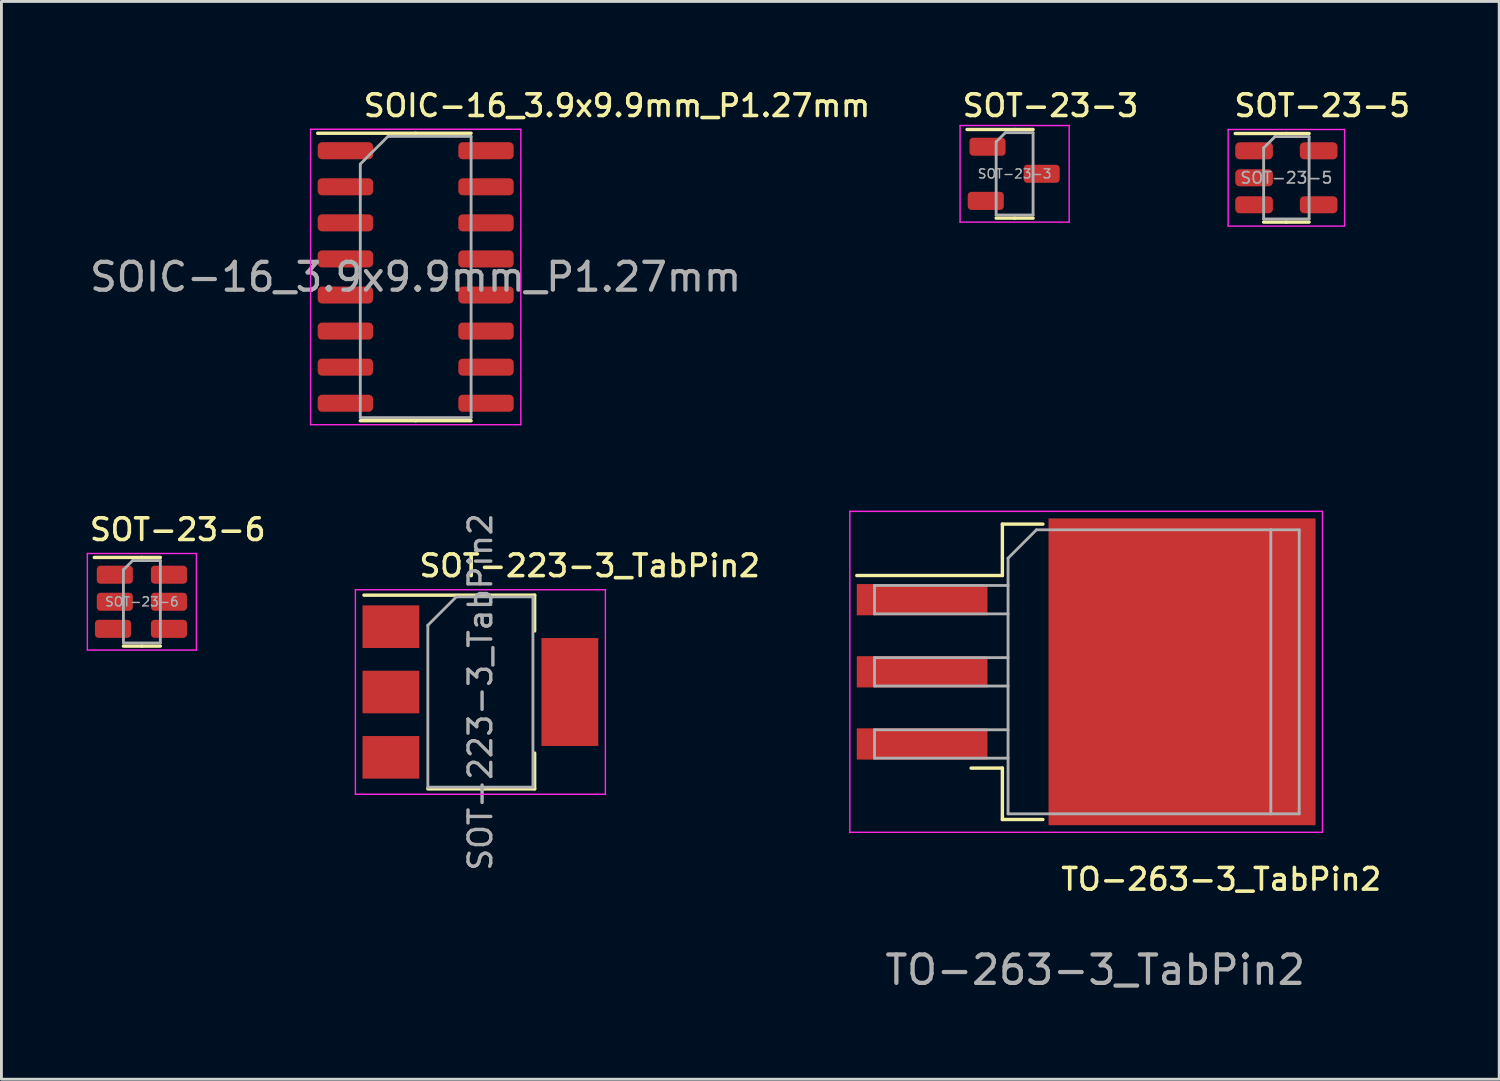
<source format=kicad_pcb>
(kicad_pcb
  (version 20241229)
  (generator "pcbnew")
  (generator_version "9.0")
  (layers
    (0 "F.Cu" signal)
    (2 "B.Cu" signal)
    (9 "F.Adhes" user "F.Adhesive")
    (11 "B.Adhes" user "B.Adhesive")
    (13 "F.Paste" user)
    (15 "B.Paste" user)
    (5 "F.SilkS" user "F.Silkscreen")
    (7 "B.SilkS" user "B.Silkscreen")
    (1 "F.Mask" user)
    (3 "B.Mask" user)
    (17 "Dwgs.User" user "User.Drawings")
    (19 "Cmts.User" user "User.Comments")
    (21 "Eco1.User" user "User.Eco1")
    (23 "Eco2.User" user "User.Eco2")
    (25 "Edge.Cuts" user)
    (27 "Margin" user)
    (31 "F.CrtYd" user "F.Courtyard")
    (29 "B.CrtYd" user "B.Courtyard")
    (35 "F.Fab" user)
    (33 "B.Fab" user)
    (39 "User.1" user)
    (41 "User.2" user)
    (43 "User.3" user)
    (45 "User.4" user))
  (footprint "SOIC-16_3.9x9.9mm_P1.27mm"
    (layer "F.Cu")
    (at 11.584 6.701)
    (property "Reference" "SOIC-16_3.9x9.9mm_P1.27mm" (at -1.905 -6.032 0) (layer "F.SilkS") (effects (font (size 0.762 0.762) (thickness 0.127)) (justify left)))
    (attr smd)
    (fp_line (start 0 -5.06) (end -3.45 -5.06) (stroke (width 0.12) (type solid)) (layer "F.SilkS"))
    (fp_line (start 0 -5.06) (end 1.95 -5.06) (stroke (width 0.12) (type solid)) (layer "F.SilkS"))
    (fp_line (start 0 5.06) (end -1.95 5.06) (stroke (width 0.12) (type solid)) (layer "F.SilkS"))
    (fp_line (start 0 5.06) (end 1.95 5.06) (stroke (width 0.12) (type solid)) (layer "F.SilkS"))
    (fp_line (start -3.7 -5.2) (end -3.7 5.2) (stroke (width 0.05) (type solid)) (layer "F.CrtYd"))
    (fp_line (start -3.7 5.2) (end 3.7 5.2) (stroke (width 0.05) (type solid)) (layer "F.CrtYd"))
    (fp_line (start 3.7 -5.2) (end -3.7 -5.2) (stroke (width 0.05) (type solid)) (layer "F.CrtYd"))
    (fp_line (start 3.7 5.2) (end 3.7 -5.2) (stroke (width 0.05) (type solid)) (layer "F.CrtYd"))
    (fp_line (start -1.95 -3.975) (end -0.975 -4.95) (stroke (width 0.1) (type solid)) (layer "F.Fab"))
    (fp_line (start -1.95 4.95) (end -1.95 -3.975) (stroke (width 0.1) (type solid)) (layer "F.Fab"))
    (fp_line (start -0.975 -4.95) (end 1.95 -4.95) (stroke (width 0.1) (type solid)) (layer "F.Fab"))
    (fp_line (start 1.95 -4.95) (end 1.95 4.95) (stroke (width 0.1) (type solid)) (layer "F.Fab"))
    (fp_line (start 1.95 4.95) (end -1.95 4.95) (stroke (width 0.1) (type solid)) (layer "F.Fab"))
    (fp_text user "${REFERENCE}" (at 0 0 0) (layer "F.Fab") (effects (font (size 0.98 0.98) (thickness 0.15))))
    (pad "1" smd roundrect (at -2.475 -4.445) (size 1.95 0.6) (layers "F.Cu" "F.Mask" "F.Paste") (roundrect_rratio 0.25))
    (pad "2" smd roundrect (at -2.475 -3.175) (size 1.95 0.6) (layers "F.Cu" "F.Mask" "F.Paste") (roundrect_rratio 0.25))
    (pad "3" smd roundrect (at -2.475 -1.905) (size 1.95 0.6) (layers "F.Cu" "F.Mask" "F.Paste") (roundrect_rratio 0.25))
    (pad "4" smd roundrect (at -2.475 -0.635) (size 1.95 0.6) (layers "F.Cu" "F.Mask" "F.Paste") (roundrect_rratio 0.25))
    (pad "5" smd roundrect (at -2.475 0.635) (size 1.95 0.6) (layers "F.Cu" "F.Mask" "F.Paste") (roundrect_rratio 0.25))
    (pad "6" smd roundrect (at -2.475 1.905) (size 1.95 0.6) (layers "F.Cu" "F.Mask" "F.Paste") (roundrect_rratio 0.25))
    (pad "7" smd roundrect (at -2.475 3.175) (size 1.95 0.6) (layers "F.Cu" "F.Mask" "F.Paste") (roundrect_rratio 0.25))
    (pad "8" smd roundrect (at -2.475 4.445) (size 1.95 0.6) (layers "F.Cu" "F.Mask" "F.Paste") (roundrect_rratio 0.25))
    (pad "9" smd roundrect (at 2.475 4.445) (size 1.95 0.6) (layers "F.Cu" "F.Mask" "F.Paste") (roundrect_rratio 0.25))
    (pad "10" smd roundrect (at 2.475 3.175) (size 1.95 0.6) (layers "F.Cu" "F.Mask" "F.Paste") (roundrect_rratio 0.25))
    (pad "11" smd roundrect (at 2.475 1.905) (size 1.95 0.6) (layers "F.Cu" "F.Mask" "F.Paste") (roundrect_rratio 0.25))
    (pad "12" smd roundrect (at 2.475 0.635) (size 1.95 0.6) (layers "F.Cu" "F.Mask" "F.Paste") (roundrect_rratio 0.25))
    (pad "13" smd roundrect (at 2.475 -0.635) (size 1.95 0.6) (layers "F.Cu" "F.Mask" "F.Paste") (roundrect_rratio 0.25))
    (pad "14" smd roundrect (at 2.475 -1.905) (size 1.95 0.6) (layers "F.Cu" "F.Mask" "F.Paste") (roundrect_rratio 0.25))
    (pad "15" smd roundrect (at 2.475 -3.175) (size 1.95 0.6) (layers "F.Cu" "F.Mask" "F.Paste") (roundrect_rratio 0.25))
    (pad "16" smd roundrect (at 2.475 -4.445) (size 1.95 0.6) (layers "F.Cu" "F.Mask" "F.Paste") (roundrect_rratio 0.25)))
  (footprint "SOT-23-6"
    (layer "F.Cu")
    (at 1.945 18.135)
    (property "Reference" "SOT-23-6" (at -1.905 -2.54 0) (layer "F.SilkS") (effects (font (size 0.762 0.762) (thickness 0.127)) (justify left)))
    (attr smd)
    (fp_line (start 0 -1.56) (end -1.675 -1.56) (stroke (width 0.12) (type solid)) (layer "F.SilkS"))
    (fp_line (start 0 -1.56) (end 0.65 -1.56) (stroke (width 0.12) (type solid)) (layer "F.SilkS"))
    (fp_line (start 0 1.56) (end -0.65 1.56) (stroke (width 0.12) (type solid)) (layer "F.SilkS"))
    (fp_line (start 0 1.56) (end 0.65 1.56) (stroke (width 0.12) (type solid)) (layer "F.SilkS"))
    (fp_line (start -1.92 -1.7) (end -1.92 1.7) (stroke (width 0.05) (type solid)) (layer "F.CrtYd"))
    (fp_line (start -1.92 1.7) (end 1.92 1.7) (stroke (width 0.05) (type solid)) (layer "F.CrtYd"))
    (fp_line (start 1.92 -1.7) (end -1.92 -1.7) (stroke (width 0.05) (type solid)) (layer "F.CrtYd"))
    (fp_line (start 1.92 1.7) (end 1.92 -1.7) (stroke (width 0.05) (type solid)) (layer "F.CrtYd"))
    (fp_line (start -0.65 -1.125) (end -0.325 -1.45) (stroke (width 0.1) (type solid)) (layer "F.Fab"))
    (fp_line (start -0.65 1.45) (end -0.65 -1.125) (stroke (width 0.1) (type solid)) (layer "F.Fab"))
    (fp_line (start -0.325 -1.45) (end 0.65 -1.45) (stroke (width 0.1) (type solid)) (layer "F.Fab"))
    (fp_line (start 0.65 -1.45) (end 0.65 1.45) (stroke (width 0.1) (type solid)) (layer "F.Fab"))
    (fp_line (start 0.65 1.45) (end -0.65 1.45) (stroke (width 0.1) (type solid)) (layer "F.Fab"))
    (fp_text user "${REFERENCE}" (at 0 0 0) (layer "F.Fab") (effects (font (size 0.32 0.32) (thickness 0.05))))
    (pad "1" smd roundrect (at -0.953 -0.953) (size 1.27 0.635) (layers "F.Cu" "F.Mask" "F.Paste") (roundrect_rratio 0.2))
    (pad "2" smd roundrect (at -0.953 0) (size 1.27 0.635) (layers "F.Cu" "F.Mask" "F.Paste") (roundrect_rratio 0.2))
    (pad "3" smd roundrect (at -1.016 0.953) (size 1.27 0.635) (layers "F.Cu" "F.Mask" "F.Paste") (roundrect_rratio 0.2))
    (pad "4" smd roundrect (at 0.953 0.953) (size 1.27 0.635) (layers "F.Cu" "F.Mask" "F.Paste") (roundrect_rratio 0.2))
    (pad "5" smd roundrect (at 0.953 0) (size 1.27 0.635) (layers "F.Cu" "F.Mask" "F.Paste") (roundrect_rratio 0.2))
    (pad "6" smd roundrect (at 0.953 -0.953) (size 1.27 0.635) (layers "F.Cu" "F.Mask" "F.Paste") (roundrect_rratio 0.2)))
  (footprint "SOT-23-5"
    (layer "F.Cu")
    (at 42.236 3.209)
    (property "Reference" "SOT-23-5" (at -1.905 -2.54 0) (layer "F.SilkS") (effects (font (size 0.762 0.762) (thickness 0.127)) (justify left)))
    (attr smd)
    (fp_line (start 0 -1.56) (end -1.8 -1.56) (stroke (width 0.12) (type solid)) (layer "F.SilkS"))
    (fp_line (start 0 -1.56) (end 0.8 -1.56) (stroke (width 0.12) (type solid)) (layer "F.SilkS"))
    (fp_line (start 0 1.56) (end -0.8 1.56) (stroke (width 0.12) (type solid)) (layer "F.SilkS"))
    (fp_line (start 0 1.56) (end 0.8 1.56) (stroke (width 0.12) (type solid)) (layer "F.SilkS"))
    (fp_line (start -2.05 -1.7) (end -2.05 1.7) (stroke (width 0.05) (type solid)) (layer "F.CrtYd"))
    (fp_line (start -2.05 1.7) (end 2.05 1.7) (stroke (width 0.05) (type solid)) (layer "F.CrtYd"))
    (fp_line (start 2.05 -1.7) (end -2.05 -1.7) (stroke (width 0.05) (type solid)) (layer "F.CrtYd"))
    (fp_line (start 2.05 1.7) (end 2.05 -1.7) (stroke (width 0.05) (type solid)) (layer "F.CrtYd"))
    (fp_line (start -0.8 -1.05) (end -0.4 -1.45) (stroke (width 0.1) (type solid)) (layer "F.Fab"))
    (fp_line (start -0.8 1.45) (end -0.8 -1.05) (stroke (width 0.1) (type solid)) (layer "F.Fab"))
    (fp_line (start -0.4 -1.45) (end 0.8 -1.45) (stroke (width 0.1) (type solid)) (layer "F.Fab"))
    (fp_line (start 0.8 -1.45) (end 0.8 1.45) (stroke (width 0.1) (type solid)) (layer "F.Fab"))
    (fp_line (start 0.8 1.45) (end -0.8 1.45) (stroke (width 0.1) (type solid)) (layer "F.Fab"))
    (fp_text user "${REFERENCE}" (at 0 0 0) (layer "F.Fab") (effects (font (size 0.4 0.4) (thickness 0.06))))
    (pad "1" smd roundrect (at -1.137 -0.95) (size 1.325 0.6) (layers "F.Cu" "F.Mask" "F.Paste") (roundrect_rratio 0.25))
    (pad "2" smd roundrect (at -1.137 0) (size 1.325 0.6) (layers "F.Cu" "F.Mask" "F.Paste") (roundrect_rratio 0.25))
    (pad "3" smd roundrect (at -1.137 0.95) (size 1.325 0.6) (layers "F.Cu" "F.Mask" "F.Paste") (roundrect_rratio 0.25))
    (pad "4" smd roundrect (at 1.137 0.95) (size 1.325 0.6) (layers "F.Cu" "F.Mask" "F.Paste") (roundrect_rratio 0.25))
    (pad "5" smd roundrect (at 1.137 -0.95) (size 1.325 0.6) (layers "F.Cu" "F.Mask" "F.Paste") (roundrect_rratio 0.25)))
  (footprint "TO-263-3_TabPin2"
    (layer "F.Cu")
    (at 35.188 20.601)
    (property "Reference" "TO-263-3_TabPin2" (at -0.953 7.303 0) (layer "F.SilkS") (effects (font (size 0.762 0.762) (thickness 0.127)) (justify left)))
    (attr smd)
    (fp_line (start -2.95 -5.2) (end -2.95 -3.39) (stroke (width 0.12) (type solid)) (layer "F.SilkS"))
    (fp_line (start -2.95 -3.39) (end -8.075 -3.39) (stroke (width 0.12) (type solid)) (layer "F.SilkS"))
    (fp_line (start -2.95 3.39) (end -4.05 3.39) (stroke (width 0.12) (type solid)) (layer "F.SilkS"))
    (fp_line (start -2.95 5.2) (end -2.95 3.39) (stroke (width 0.12) (type solid)) (layer "F.SilkS"))
    (fp_line (start -1.524 -5.2) (end -2.95 -5.2) (stroke (width 0.12) (type solid)) (layer "F.SilkS"))
    (fp_line (start -1.524 5.2) (end -2.95 5.2) (stroke (width 0.12) (type solid)) (layer "F.SilkS"))
    (fp_line (start -8.32 -5.65) (end -8.32 5.65) (stroke (width 0.05) (type solid)) (layer "F.CrtYd"))
    (fp_line (start -8.32 5.65) (end 8.32 5.65) (stroke (width 0.05) (type solid)) (layer "F.CrtYd"))
    (fp_line (start 8.32 -5.65) (end -8.32 -5.65) (stroke (width 0.05) (type solid)) (layer "F.CrtYd"))
    (fp_line (start 8.32 5.65) (end 8.32 -5.65) (stroke (width 0.05) (type solid)) (layer "F.CrtYd"))
    (fp_line (start -7.45 -3.04) (end -7.45 -2.04) (stroke (width 0.1) (type solid)) (layer "F.Fab"))
    (fp_line (start -7.45 -2.04) (end -2.75 -2.04) (stroke (width 0.1) (type solid)) (layer "F.Fab"))
    (fp_line (start -7.45 -0.5) (end -7.45 0.5) (stroke (width 0.1) (type solid)) (layer "F.Fab"))
    (fp_line (start -7.45 0.5) (end -2.75 0.5) (stroke (width 0.1) (type solid)) (layer "F.Fab"))
    (fp_line (start -7.45 2.04) (end -7.45 3.04) (stroke (width 0.1) (type solid)) (layer "F.Fab"))
    (fp_line (start -7.45 3.04) (end -2.75 3.04) (stroke (width 0.1) (type solid)) (layer "F.Fab"))
    (fp_line (start -2.75 -4) (end -1.75 -5) (stroke (width 0.1) (type solid)) (layer "F.Fab"))
    (fp_line (start -2.75 -3.04) (end -7.45 -3.04) (stroke (width 0.1) (type solid)) (layer "F.Fab"))
    (fp_line (start -2.75 -0.5) (end -7.45 -0.5) (stroke (width 0.1) (type solid)) (layer "F.Fab"))
    (fp_line (start -2.75 2.04) (end -7.45 2.04) (stroke (width 0.1) (type solid)) (layer "F.Fab"))
    (fp_line (start -2.75 5) (end -2.75 -4) (stroke (width 0.1) (type solid)) (layer "F.Fab"))
    (fp_line (start -1.75 -5) (end 6.5 -5) (stroke (width 0.1) (type solid)) (layer "F.Fab"))
    (fp_line (start 6.5 -5) (end 6.5 5) (stroke (width 0.1) (type solid)) (layer "F.Fab"))
    (fp_line (start 6.5 -5) (end 7.5 -5) (stroke (width 0.1) (type solid)) (layer "F.Fab"))
    (fp_line (start 6.5 5) (end -2.75 5) (stroke (width 0.1) (type solid)) (layer "F.Fab"))
    (fp_line (start 7.5 -5) (end 7.5 5) (stroke (width 0.1) (type solid)) (layer "F.Fab"))
    (fp_line (start 7.5 5) (end 6.5 5) (stroke (width 0.1) (type solid)) (layer "F.Fab"))
    (fp_text user "${REFERENCE}" (at 0.318 10.495 0) (layer "F.Fab") (effects (font (size 1 1) (thickness 0.15))))
    (pad "" smd rect (at 0.95 -2.775) (size 4.55 5.25) (layers "F.Paste"))
    (pad "" smd rect (at 0.95 2.775) (size 4.55 5.25) (layers "F.Paste"))
    (pad "" smd rect (at 5.8 -2.775) (size 4.55 5.25) (layers "F.Paste"))
    (pad "" smd rect (at 5.8 2.775) (size 4.55 5.25) (layers "F.Paste"))
    (pad "1" smd rect (at -5.775 -2.54) (size 4.6 1.1) (layers "F.Cu" "F.Mask" "F.Paste"))
    (pad "2" smd rect (at -5.775 0) (size 4.6 1.1) (layers "F.Cu" "F.Mask" "F.Paste"))
    (pad "2" smd rect (at 3.375 0) (size 9.4 10.8) (layers "F.Cu" "F.Mask"))
    (pad "3" smd rect (at -5.775 2.54) (size 4.6 1.1) (layers "F.Cu" "F.Mask" "F.Paste")))
  (footprint "SOT-223-3_TabPin2"
    (layer "F.Cu")
    (at 13.862 21.312)
    (property "Reference" "SOT-223-3_TabPin2" (at -2.223 -4.445 0) (layer "F.SilkS") (effects (font (size 0.762 0.762) (thickness 0.127)) (justify left)))
    (attr smd)
    (fp_line (start -4.1 -3.41) (end 1.91 -3.41) (stroke (width 0.12) (type solid)) (layer "F.SilkS"))
    (fp_line (start -1.85 3.41) (end 1.91 3.41) (stroke (width 0.12) (type solid)) (layer "F.SilkS"))
    (fp_line (start 1.91 -3.41) (end 1.91 -2.15) (stroke (width 0.12) (type solid)) (layer "F.SilkS"))
    (fp_line (start 1.91 3.41) (end 1.91 2.15) (stroke (width 0.12) (type solid)) (layer "F.SilkS"))
    (fp_line (start -4.4 -3.6) (end -4.4 3.6) (stroke (width 0.05) (type solid)) (layer "F.CrtYd"))
    (fp_line (start -4.4 3.6) (end 4.4 3.6) (stroke (width 0.05) (type solid)) (layer "F.CrtYd"))
    (fp_line (start 4.4 -3.6) (end -4.4 -3.6) (stroke (width 0.05) (type solid)) (layer "F.CrtYd"))
    (fp_line (start 4.4 3.6) (end 4.4 -3.6) (stroke (width 0.05) (type solid)) (layer "F.CrtYd"))
    (fp_line (start -1.85 -2.35) (end -1.85 3.35) (stroke (width 0.1) (type solid)) (layer "F.Fab"))
    (fp_line (start -1.85 -2.35) (end -0.85 -3.35) (stroke (width 0.1) (type solid)) (layer "F.Fab"))
    (fp_line (start -1.85 3.35) (end 1.85 3.35) (stroke (width 0.1) (type solid)) (layer "F.Fab"))
    (fp_line (start -0.85 -3.35) (end 1.85 -3.35) (stroke (width 0.1) (type solid)) (layer "F.Fab"))
    (fp_line (start 1.85 -3.35) (end 1.85 3.35) (stroke (width 0.1) (type solid)) (layer "F.Fab"))
    (fp_text user "${REFERENCE}" (at 0 0 90) (layer "F.Fab") (effects (font (size 0.8 0.8) (thickness 0.12))))
    (pad "1" smd rect (at -3.15 -2.3) (size 2 1.5) (layers "F.Cu" "F.Mask" "F.Paste"))
    (pad "2" smd rect (at -3.15 0) (size 2 1.5) (layers "F.Cu" "F.Mask" "F.Paste"))
    (pad "2" smd rect (at 3.15 0) (size 2 3.8) (layers "F.Cu" "F.Mask" "F.Paste"))
    (pad "3" smd rect (at -3.15 2.3) (size 2 1.5) (layers "F.Cu" "F.Mask" "F.Paste")))
  (footprint "SOT-23-3"
    (layer "F.Cu")
    (at 32.669 3.069)
    (property "Reference" "SOT-23-3" (at -1.905 -2.4 0) (layer "F.SilkS") (effects (font (size 0.762 0.762) (thickness 0.127)) (justify left)))
    (attr smd)
    (fp_line (start 0 -1.56) (end -1.675 -1.56) (stroke (width 0.12) (type solid)) (layer "F.SilkS"))
    (fp_line (start 0 -1.56) (end 0.65 -1.56) (stroke (width 0.12) (type solid)) (layer "F.SilkS"))
    (fp_line (start 0 1.56) (end -0.65 1.56) (stroke (width 0.12) (type solid)) (layer "F.SilkS"))
    (fp_line (start 0 1.56) (end 0.65 1.56) (stroke (width 0.12) (type solid)) (layer "F.SilkS"))
    (fp_line (start -1.92 -1.7) (end -1.92 1.7) (stroke (width 0.05) (type solid)) (layer "F.CrtYd"))
    (fp_line (start -1.92 1.7) (end 1.92 1.7) (stroke (width 0.05) (type solid)) (layer "F.CrtYd"))
    (fp_line (start 1.92 -1.7) (end -1.92 -1.7) (stroke (width 0.05) (type solid)) (layer "F.CrtYd"))
    (fp_line (start 1.92 1.7) (end 1.92 -1.7) (stroke (width 0.05) (type solid)) (layer "F.CrtYd"))
    (fp_line (start -0.65 -1.125) (end -0.325 -1.45) (stroke (width 0.1) (type solid)) (layer "F.Fab"))
    (fp_line (start -0.65 1.45) (end -0.65 -1.125) (stroke (width 0.1) (type solid)) (layer "F.Fab"))
    (fp_line (start -0.325 -1.45) (end 0.65 -1.45) (stroke (width 0.1) (type solid)) (layer "F.Fab"))
    (fp_line (start 0.65 -1.45) (end 0.65 1.45) (stroke (width 0.1) (type solid)) (layer "F.Fab"))
    (fp_line (start 0.65 1.45) (end -0.65 1.45) (stroke (width 0.1) (type solid)) (layer "F.Fab"))
    (fp_text user "${REFERENCE}" (at 0 0 0) (layer "F.Fab") (effects (font (size 0.32 0.32) (thickness 0.05))))
    (pad "1" smd roundrect (at -0.953 -0.953) (size 1.27 0.635) (layers "F.Cu" "F.Mask" "F.Paste") (roundrect_rratio 0.2))
    (pad "2" smd roundrect (at -1.016 0.953) (size 1.27 0.635) (layers "F.Cu" "F.Mask" "F.Paste") (roundrect_rratio 0.2))
    (pad "3" smd roundrect (at 0.953 0) (size 1.27 0.635) (layers "F.Cu" "F.Mask" "F.Paste") (roundrect_rratio 0.2)))
  (gr_rect
    (start -3 -3)
    (end 49.728 34.944)
    (stroke (width 0.1) (type default))
    (fill no)
    (layer "Edge.Cuts")))
</source>
